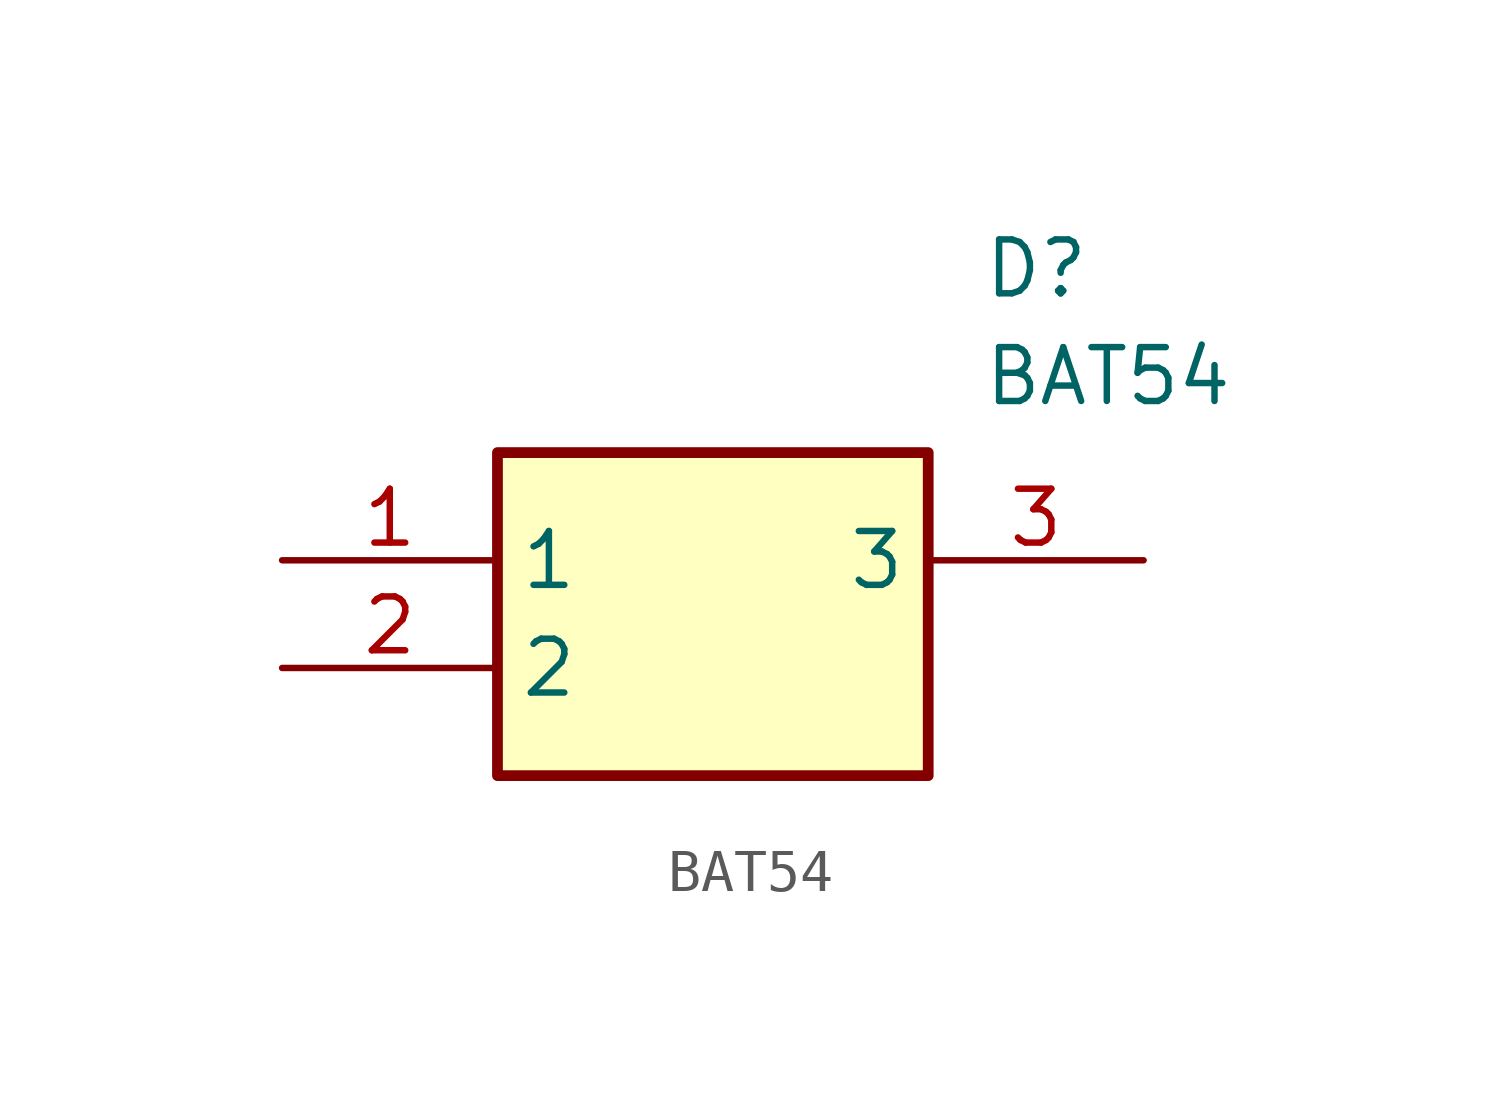
<source format=kicad_sym>
(kicad_symbol_lib
  (version 20211014)
  (generator SamacSys_ECAD_Model)
  (symbol "BAT54"
    (property "Reference" "D"
      (at 16.51 7.62 0)
      (effects (font (size 1.27 1.27)) (justify left top)))
    (property "Value" "BAT54"
      (at 16.51 5.08 0)
      (effects (font (size 1.27 1.27)) (justify left top)))
    (rectangle
      (start 5.08 2.54)
      (end 15.24 -5.08)
      (stroke (width 0.254) (type default))
      (fill (type background)))
    (pin passive line
      (at 0 0 0)
      (length 5.08)
      (name "1" (effects (font (size 1.27 1.27))))
      (number "1" (effects (font (size 1.27 1.27)))))
    (pin passive line
      (at 0 -2.54 0)
      (length 5.08)
      (name "2" (effects (font (size 1.27 1.27))))
      (number "2" (effects (font (size 1.27 1.27)))))
    (pin passive line
      (at 20.32 0 180)
      (length 5.08)
      (name "3" (effects (font (size 1.27 1.27))))
      (number "3" (effects (font (size 1.27 1.27)))))))
</source>
